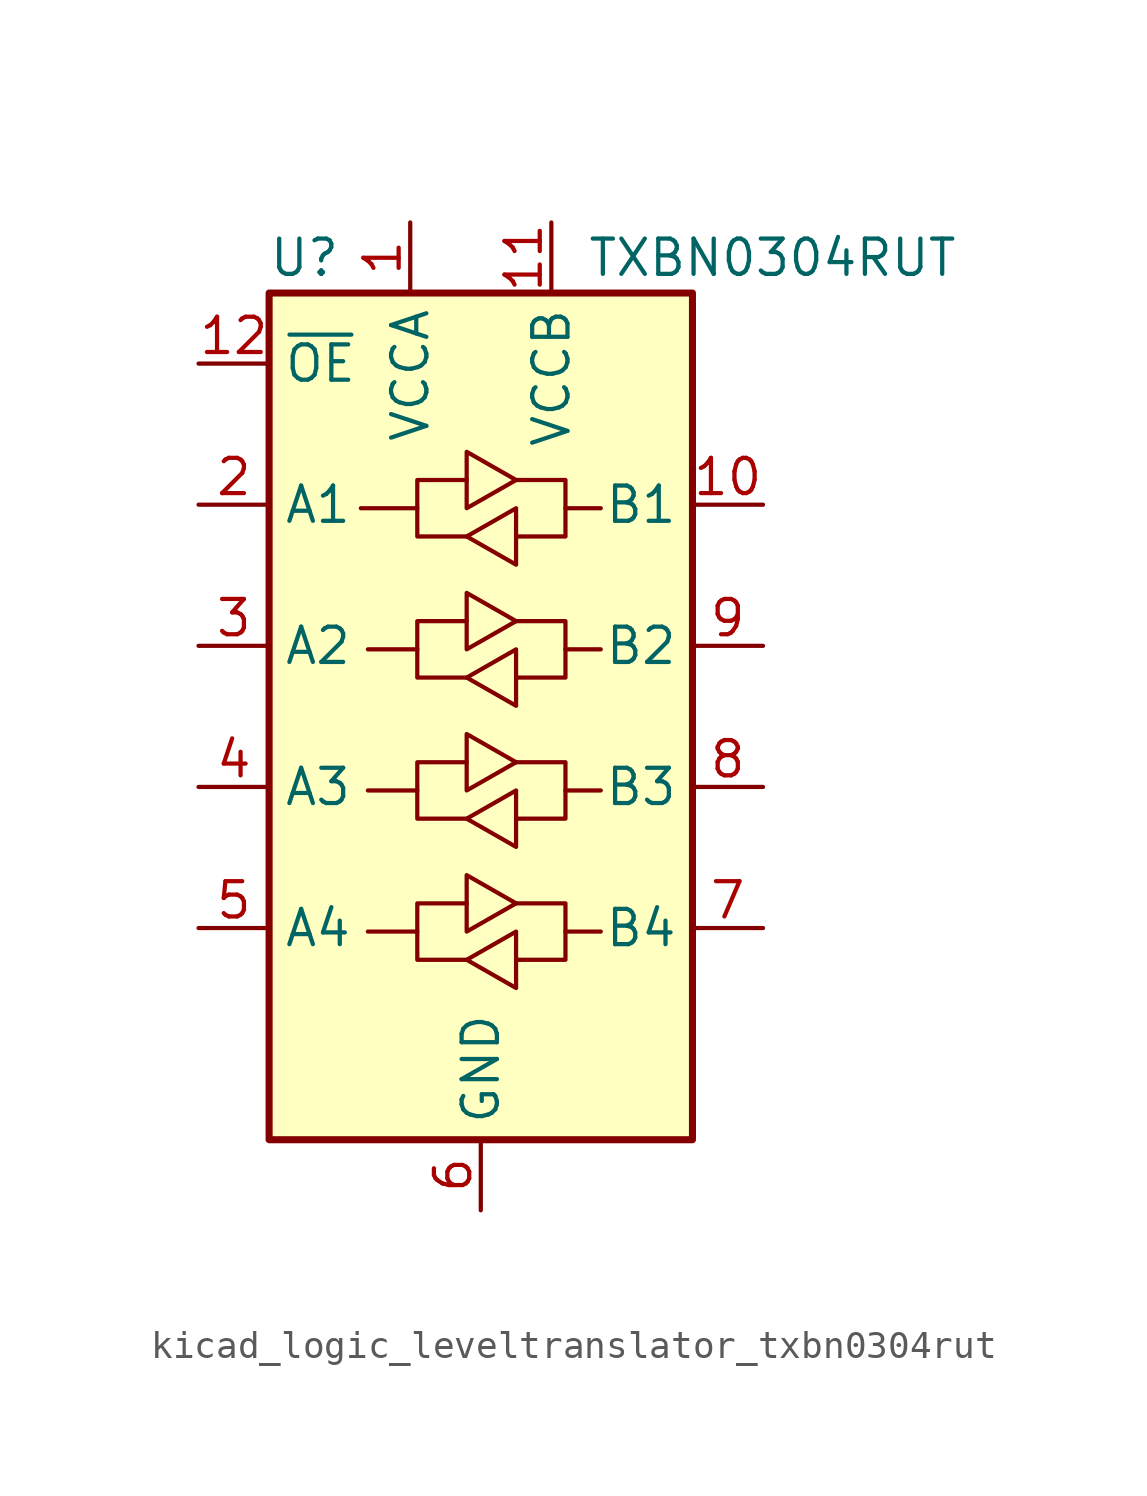
<source format=kicad_sym>
(kicad_symbol_lib
  (version 20220914)
  (generator kicad_symbol_editor)
  (symbol "kicad_logic_leveltranslator_txbn0304rut"
    (property "Reference" "U"
      (at -6.35 16.51 0)
      (effects (font (size 1.27 1.27))))
    (property "Value" "TXBN0304RUT"
      (at 3.81 16.51 0)
      (effects (font (size 1.27 1.27)) (justify left)))
    (symbol "kicad_logic_leveltranslator_txbn0304rut_0_1"
      (rectangle (start -7.62 15.24) (end 7.62 -15.24) (stroke (width 0.254) (type default)) (fill (type background)))
      (polyline (pts (xy -2.286 -7.747) (xy -2.286 -6.731) (xy -0.508 -6.731)) (stroke (width 0) (type default)) (fill (type none)))
      (polyline (pts (xy -2.286 -2.667) (xy -2.286 -1.651) (xy -0.508 -1.651)) (stroke (width 0) (type default)) (fill (type none)))
      (polyline (pts (xy -2.286 2.413) (xy -2.286 3.429) (xy -0.508 3.429)) (stroke (width 0) (type default)) (fill (type none)))
      (polyline (pts (xy -2.286 7.493) (xy -2.286 8.509) (xy -0.508 8.509)) (stroke (width 0) (type default)) (fill (type none)))
      (polyline (pts (xy 3.048 -7.747) (xy 3.048 -8.763) (xy 1.27 -8.763)) (stroke (width 0) (type default)) (fill (type none)))
      (polyline (pts (xy 3.048 -2.667) (xy 3.048 -3.683) (xy 1.27 -3.683)) (stroke (width 0) (type default)) (fill (type none)))
      (polyline (pts (xy 3.048 2.413) (xy 3.048 1.397) (xy 1.27 1.397)) (stroke (width 0) (type default)) (fill (type none)))
      (polyline (pts (xy 3.048 7.493) (xy 3.048 6.477) (xy 1.27 6.477)) (stroke (width 0) (type default)) (fill (type none)))
      (polyline (pts (xy -0.508 -8.763) (xy -2.286 -8.763) (xy -2.286 -7.747) (xy -4.064 -7.747)) (stroke (width 0) (type default)) (fill (type none)))
      (polyline (pts (xy -0.508 -8.763) (xy 1.27 -7.747) (xy 1.27 -9.779) (xy -0.508 -8.763)) (stroke (width 0) (type default)) (fill (type none)))
      (polyline (pts (xy -0.508 -3.683) (xy -2.286 -3.683) (xy -2.286 -2.667) (xy -4.064 -2.667)) (stroke (width 0) (type default)) (fill (type none)))
      (polyline (pts (xy -0.508 -3.683) (xy 1.27 -2.667) (xy 1.27 -4.699) (xy -0.508 -3.683)) (stroke (width 0) (type default)) (fill (type none)))
      (polyline (pts (xy -0.508 1.397) (xy -2.286 1.397) (xy -2.286 2.413) (xy -4.064 2.413)) (stroke (width 0) (type default)) (fill (type none)))
      (polyline (pts (xy -0.508 1.397) (xy 1.27 2.413) (xy 1.27 0.381) (xy -0.508 1.397)) (stroke (width 0) (type default)) (fill (type none)))
      (polyline (pts (xy -0.508 6.477) (xy -2.286 6.477) (xy -2.286 7.493) (xy -4.318 7.493)) (stroke (width 0) (type default)) (fill (type none)))
      (polyline (pts (xy -0.508 6.477) (xy 1.27 7.493) (xy 1.27 5.461) (xy -0.508 6.477)) (stroke (width 0) (type default)) (fill (type none)))
      (polyline (pts (xy 1.27 -6.731) (xy -0.508 -7.747) (xy -0.508 -5.715) (xy 1.27 -6.731)) (stroke (width 0) (type default)) (fill (type none)))
      (polyline (pts (xy 1.27 -6.731) (xy 3.048 -6.731) (xy 3.048 -7.747) (xy 4.318 -7.747)) (stroke (width 0) (type default)) (fill (type none)))
      (polyline (pts (xy 1.27 -1.651) (xy -0.508 -2.667) (xy -0.508 -0.635) (xy 1.27 -1.651)) (stroke (width 0) (type default)) (fill (type none)))
      (polyline (pts (xy 1.27 -1.651) (xy 3.048 -1.651) (xy 3.048 -2.667) (xy 4.318 -2.667)) (stroke (width 0) (type default)) (fill (type none)))
      (polyline (pts (xy 1.27 3.429) (xy -0.508 2.413) (xy -0.508 4.445) (xy 1.27 3.429)) (stroke (width 0) (type default)) (fill (type none)))
      (polyline (pts (xy 1.27 3.429) (xy 3.048 3.429) (xy 3.048 2.413) (xy 4.318 2.413)) (stroke (width 0) (type default)) (fill (type none)))
      (polyline (pts (xy 1.27 8.509) (xy -0.508 7.493) (xy -0.508 9.525) (xy 1.27 8.509)) (stroke (width 0) (type default)) (fill (type none)))
      (polyline (pts (xy 1.27 8.509) (xy 3.048 8.509) (xy 3.048 7.493) (xy 4.318 7.493)) (stroke (width 0) (type default)) (fill (type none))))
    (symbol "kicad_logic_leveltranslator_txbn0304rut_1_1"
      (pin power_in line (at -2.54 17.78 270) (length 2.54) (name "VCCA" (effects (font (size 1.27 1.27)))) (number "1" (effects (font (size 1.27 1.27)))))
      (pin tri_state line (at 10.16 7.62 180) (length 2.54) (name "B1" (effects (font (size 1.27 1.27)))) (number "10" (effects (font (size 1.27 1.27)))))
      (pin power_in line (at 2.54 17.78 270) (length 2.54) (name "VCCB" (effects (font (size 1.27 1.27)))) (number "11" (effects (font (size 1.27 1.27)))))
      (pin input line (at -10.16 12.7 0) (length 2.54) (name "~{OE}" (effects (font (size 1.27 1.27)))) (number "12" (effects (font (size 1.27 1.27)))))
      (pin tri_state line (at -10.16 7.62 0) (length 2.54) (name "A1" (effects (font (size 1.27 1.27)))) (number "2" (effects (font (size 1.27 1.27)))))
      (pin tri_state line (at -10.16 2.54 0) (length 2.54) (name "A2" (effects (font (size 1.27 1.27)))) (number "3" (effects (font (size 1.27 1.27)))))
      (pin tri_state line (at -10.16 -2.54 0) (length 2.54) (name "A3" (effects (font (size 1.27 1.27)))) (number "4" (effects (font (size 1.27 1.27)))))
      (pin tri_state line (at -10.16 -7.62 0) (length 2.54) (name "A4" (effects (font (size 1.27 1.27)))) (number "5" (effects (font (size 1.27 1.27)))))
      (pin power_in line (at 0 -17.78 90) (length 2.54) (name "GND" (effects (font (size 1.27 1.27)))) (number "6" (effects (font (size 1.27 1.27)))))
      (pin tri_state line (at 10.16 -7.62 180) (length 2.54) (name "B4" (effects (font (size 1.27 1.27)))) (number "7" (effects (font (size 1.27 1.27)))))
      (pin tri_state line (at 10.16 -2.54 180) (length 2.54) (name "B3" (effects (font (size 1.27 1.27)))) (number "8" (effects (font (size 1.27 1.27)))))
      (pin tri_state line (at 10.16 2.54 180) (length 2.54) (name "B2" (effects (font (size 1.27 1.27)))) (number "9" (effects (font (size 1.27 1.27))))))))
</source>
